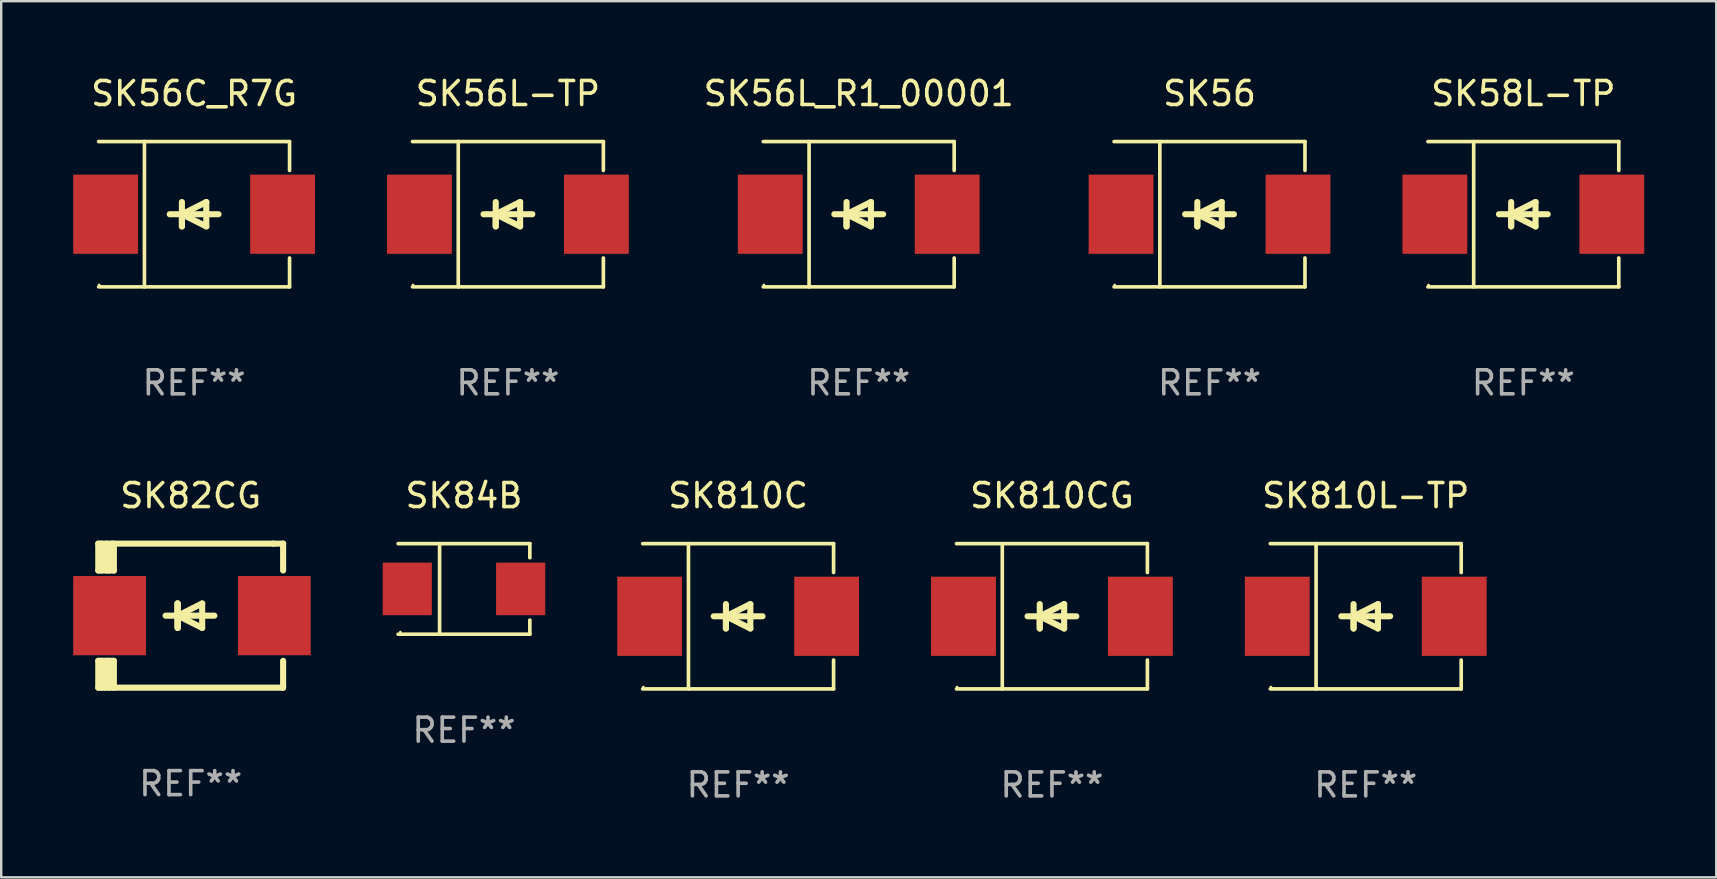
<source format=kicad_pcb>
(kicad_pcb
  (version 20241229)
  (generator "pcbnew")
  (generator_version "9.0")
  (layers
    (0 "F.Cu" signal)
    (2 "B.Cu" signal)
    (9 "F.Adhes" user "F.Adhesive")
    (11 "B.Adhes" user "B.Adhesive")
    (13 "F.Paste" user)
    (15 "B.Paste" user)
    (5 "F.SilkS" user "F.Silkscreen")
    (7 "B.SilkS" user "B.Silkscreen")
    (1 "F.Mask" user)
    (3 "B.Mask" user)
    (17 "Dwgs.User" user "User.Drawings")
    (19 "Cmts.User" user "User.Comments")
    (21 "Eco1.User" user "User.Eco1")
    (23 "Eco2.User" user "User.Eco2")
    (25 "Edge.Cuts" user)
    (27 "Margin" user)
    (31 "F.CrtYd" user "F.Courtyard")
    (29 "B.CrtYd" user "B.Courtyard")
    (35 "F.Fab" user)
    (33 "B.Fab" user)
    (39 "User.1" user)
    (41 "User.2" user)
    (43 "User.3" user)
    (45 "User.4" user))
  (footprint "SK56L-TP"
    (layer "F.Cu")
    (at 18.109 5.874)
    (property "Reference" "SK56L-TP" (at 0 -5.026 0) (layer "F.SilkS") (effects (font (size 1 1) (thickness 0.15))))
    (attr through_hole)
    (fp_line (start -3.976 -3.026) (end 3.976 -3.026) (stroke (width 0.152) (type solid)) (layer "F.SilkS"))
    (fp_line (start -3.976 3.026) (end 3.976 3.026) (stroke (width 0.152) (type solid)) (layer "F.SilkS"))
    (fp_line (start -2.069 -3.026) (end -2.069 3.026) (stroke (width 0.152) (type solid)) (layer "F.SilkS"))
    (fp_line (start -0.508 0) (end -0.508 0.508) (stroke (width 0.254) (type solid)) (layer "F.SilkS"))
    (fp_line (start -0.508 0) (end 0.508 0.508) (stroke (width 0.254) (type solid)) (layer "F.SilkS"))
    (fp_line (start -0.508 0.508) (end -0.508 -0.508) (stroke (width 0.254) (type solid)) (layer "F.SilkS"))
    (fp_line (start 0.508 -0.508) (end -0.508 0) (stroke (width 0.254) (type solid)) (layer "F.SilkS"))
    (fp_line (start 0.508 0.508) (end 0.508 -0.508) (stroke (width 0.254) (type solid)) (layer "F.SilkS"))
    (fp_line (start 1.016 0) (end -1.016 0) (stroke (width 0.254) (type solid)) (layer "F.SilkS"))
    (fp_line (start 3.976 -3.026) (end 3.976 -1.823) (stroke (width 0.152) (type solid)) (layer "F.SilkS"))
    (fp_line (start 3.976 3.026) (end 3.976 1.823) (stroke (width 0.152) (type solid)) (layer "F.SilkS"))
    (fp_circle (center -3.95 2.95) (end -3.92 2.95) (stroke (width 0.06) (type solid)) (fill no) (layer "F.SilkS"))
    (fp_text user "REF**" (at 0 7.026 0) (layer "F.Fab") (effects (font (size 1 1) (thickness 0.15))))
    (pad "1" smd rect (at -3.686 0) (size 2.7 3.3) (layers "F.Cu" "F.Mask" "F.Paste"))
    (pad "2" smd rect (at 3.686 0) (size 2.7 3.3) (layers "F.Cu" "F.Mask" "F.Paste")))
  (footprint "SK56C_R7G"
    (layer "F.Cu")
    (at 5.036 5.874)
    (property "Reference" "SK56C_R7G" (at 0 -5.026 0) (layer "F.SilkS") (effects (font (size 1 1) (thickness 0.15))))
    (attr through_hole)
    (fp_line (start -3.976 -3.026) (end 3.976 -3.026) (stroke (width 0.152) (type solid)) (layer "F.SilkS"))
    (fp_line (start -3.976 3.026) (end 3.976 3.026) (stroke (width 0.152) (type solid)) (layer "F.SilkS"))
    (fp_line (start -2.069 -3.026) (end -2.069 3.026) (stroke (width 0.152) (type solid)) (layer "F.SilkS"))
    (fp_line (start -0.508 0) (end -0.508 0.508) (stroke (width 0.254) (type solid)) (layer "F.SilkS"))
    (fp_line (start -0.508 0) (end 0.508 0.508) (stroke (width 0.254) (type solid)) (layer "F.SilkS"))
    (fp_line (start -0.508 0.508) (end -0.508 -0.508) (stroke (width 0.254) (type solid)) (layer "F.SilkS"))
    (fp_line (start 0.508 -0.508) (end -0.508 0) (stroke (width 0.254) (type solid)) (layer "F.SilkS"))
    (fp_line (start 0.508 0.508) (end 0.508 -0.508) (stroke (width 0.254) (type solid)) (layer "F.SilkS"))
    (fp_line (start 1.016 0) (end -1.016 0) (stroke (width 0.254) (type solid)) (layer "F.SilkS"))
    (fp_line (start 3.976 -3.026) (end 3.976 -1.823) (stroke (width 0.152) (type solid)) (layer "F.SilkS"))
    (fp_line (start 3.976 3.026) (end 3.976 1.823) (stroke (width 0.152) (type solid)) (layer "F.SilkS"))
    (fp_circle (center -3.95 2.95) (end -3.92 2.95) (stroke (width 0.06) (type solid)) (fill no) (layer "F.SilkS"))
    (fp_text user "REF**" (at 0 7.026 0) (layer "F.Fab") (effects (font (size 1 1) (thickness 0.15))))
    (pad "1" smd rect (at -3.686 0) (size 2.7 3.3) (layers "F.Cu" "F.Mask" "F.Paste"))
    (pad "2" smd rect (at 3.686 0) (size 2.7 3.3) (layers "F.Cu" "F.Mask" "F.Paste")))
  (footprint "SK810C"
    (layer "F.Cu")
    (at 27.699 22.623)
    (property "Reference" "SK810C" (at 0 -5.026 0) (layer "F.SilkS") (effects (font (size 1 1) (thickness 0.15))))
    (attr through_hole)
    (fp_line (start -3.976 -3.026) (end 3.976 -3.026) (stroke (width 0.152) (type solid)) (layer "F.SilkS"))
    (fp_line (start -3.976 3.026) (end 3.976 3.026) (stroke (width 0.152) (type solid)) (layer "F.SilkS"))
    (fp_line (start -2.069 -3.026) (end -2.069 3.026) (stroke (width 0.152) (type solid)) (layer "F.SilkS"))
    (fp_line (start -0.508 0) (end -0.508 0.508) (stroke (width 0.254) (type solid)) (layer "F.SilkS"))
    (fp_line (start -0.508 0) (end 0.508 0.508) (stroke (width 0.254) (type solid)) (layer "F.SilkS"))
    (fp_line (start -0.508 0.508) (end -0.508 -0.508) (stroke (width 0.254) (type solid)) (layer "F.SilkS"))
    (fp_line (start 0.508 -0.508) (end -0.508 0) (stroke (width 0.254) (type solid)) (layer "F.SilkS"))
    (fp_line (start 0.508 0.508) (end 0.508 -0.508) (stroke (width 0.254) (type solid)) (layer "F.SilkS"))
    (fp_line (start 1.016 0) (end -1.016 0) (stroke (width 0.254) (type solid)) (layer "F.SilkS"))
    (fp_line (start 3.976 -3.026) (end 3.976 -1.823) (stroke (width 0.152) (type solid)) (layer "F.SilkS"))
    (fp_line (start 3.976 3.026) (end 3.976 1.823) (stroke (width 0.152) (type solid)) (layer "F.SilkS"))
    (fp_circle (center -3.95 2.95) (end -3.92 2.95) (stroke (width 0.06) (type solid)) (fill no) (layer "F.SilkS"))
    (fp_text user "REF**" (at 0 7.026 0) (layer "F.Fab") (effects (font (size 1 1) (thickness 0.15))))
    (pad "1" smd rect (at -3.686 0) (size 2.7 3.3) (layers "F.Cu" "F.Mask" "F.Paste"))
    (pad "2" smd rect (at 3.686 0) (size 2.7 3.3) (layers "F.Cu" "F.Mask" "F.Paste")))
  (footprint "SK810L-TP"
    (layer "F.Cu")
    (at 53.844 22.623)
    (property "Reference" "SK810L-TP" (at 0 -5.026 0) (layer "F.SilkS") (effects (font (size 1 1) (thickness 0.15))))
    (attr through_hole)
    (fp_line (start -3.976 -3.026) (end 3.976 -3.026) (stroke (width 0.152) (type solid)) (layer "F.SilkS"))
    (fp_line (start -3.976 3.026) (end 3.976 3.026) (stroke (width 0.152) (type solid)) (layer "F.SilkS"))
    (fp_line (start -2.069 -3.026) (end -2.069 3.026) (stroke (width 0.152) (type solid)) (layer "F.SilkS"))
    (fp_line (start -0.508 0) (end -0.508 0.508) (stroke (width 0.254) (type solid)) (layer "F.SilkS"))
    (fp_line (start -0.508 0) (end 0.508 0.508) (stroke (width 0.254) (type solid)) (layer "F.SilkS"))
    (fp_line (start -0.508 0.508) (end -0.508 -0.508) (stroke (width 0.254) (type solid)) (layer "F.SilkS"))
    (fp_line (start 0.508 -0.508) (end -0.508 0) (stroke (width 0.254) (type solid)) (layer "F.SilkS"))
    (fp_line (start 0.508 0.508) (end 0.508 -0.508) (stroke (width 0.254) (type solid)) (layer "F.SilkS"))
    (fp_line (start 1.016 0) (end -1.016 0) (stroke (width 0.254) (type solid)) (layer "F.SilkS"))
    (fp_line (start 3.976 -3.026) (end 3.976 -1.823) (stroke (width 0.152) (type solid)) (layer "F.SilkS"))
    (fp_line (start 3.976 3.026) (end 3.976 1.823) (stroke (width 0.152) (type solid)) (layer "F.SilkS"))
    (fp_circle (center -3.95 2.95) (end -3.92 2.95) (stroke (width 0.06) (type solid)) (fill no) (layer "F.SilkS"))
    (fp_text user "REF**" (at 0 7.026 0) (layer "F.Fab") (effects (font (size 1 1) (thickness 0.15))))
    (pad "1" smd rect (at -3.686 0) (size 2.7 3.3) (layers "F.Cu" "F.Mask" "F.Paste"))
    (pad "2" smd rect (at 3.686 0) (size 2.7 3.3) (layers "F.Cu" "F.Mask" "F.Paste")))
  (footprint "SK58L-TP"
    (layer "F.Cu")
    (at 60.409 5.874)
    (property "Reference" "SK58L-TP" (at 0 -5.026 0) (layer "F.SilkS") (effects (font (size 1 1) (thickness 0.15))))
    (attr through_hole)
    (fp_line (start -3.976 -3.026) (end 3.976 -3.026) (stroke (width 0.152) (type solid)) (layer "F.SilkS"))
    (fp_line (start -3.976 3.026) (end 3.976 3.026) (stroke (width 0.152) (type solid)) (layer "F.SilkS"))
    (fp_line (start -2.069 -3.026) (end -2.069 3.026) (stroke (width 0.152) (type solid)) (layer "F.SilkS"))
    (fp_line (start -0.508 0) (end -0.508 0.508) (stroke (width 0.254) (type solid)) (layer "F.SilkS"))
    (fp_line (start -0.508 0) (end 0.508 0.508) (stroke (width 0.254) (type solid)) (layer "F.SilkS"))
    (fp_line (start -0.508 0.508) (end -0.508 -0.508) (stroke (width 0.254) (type solid)) (layer "F.SilkS"))
    (fp_line (start 0.508 -0.508) (end -0.508 0) (stroke (width 0.254) (type solid)) (layer "F.SilkS"))
    (fp_line (start 0.508 0.508) (end 0.508 -0.508) (stroke (width 0.254) (type solid)) (layer "F.SilkS"))
    (fp_line (start 1.016 0) (end -1.016 0) (stroke (width 0.254) (type solid)) (layer "F.SilkS"))
    (fp_line (start 3.976 -3.026) (end 3.976 -1.823) (stroke (width 0.152) (type solid)) (layer "F.SilkS"))
    (fp_line (start 3.976 3.026) (end 3.976 1.823) (stroke (width 0.152) (type solid)) (layer "F.SilkS"))
    (fp_circle (center -3.95 2.95) (end -3.92 2.95) (stroke (width 0.06) (type solid)) (fill no) (layer "F.SilkS"))
    (fp_text user "REF**" (at 0 7.026 0) (layer "F.Fab") (effects (font (size 1 1) (thickness 0.15))))
    (pad "1" smd rect (at -3.686 0) (size 2.7 3.3) (layers "F.Cu" "F.Mask" "F.Paste"))
    (pad "2" smd rect (at 3.686 0) (size 2.7 3.3) (layers "F.Cu" "F.Mask" "F.Paste")))
  (footprint "SK56L_R1_00001"
    (layer "F.Cu")
    (at 32.723 5.874)
    (property "Reference" "SK56L_R1_00001" (at 0 -5.026 0) (layer "F.SilkS") (effects (font (size 1 1) (thickness 0.15))))
    (attr through_hole)
    (fp_line (start -3.976 -3.026) (end 3.976 -3.026) (stroke (width 0.152) (type solid)) (layer "F.SilkS"))
    (fp_line (start -3.976 3.026) (end 3.976 3.026) (stroke (width 0.152) (type solid)) (layer "F.SilkS"))
    (fp_line (start -2.069 -3.026) (end -2.069 3.026) (stroke (width 0.152) (type solid)) (layer "F.SilkS"))
    (fp_line (start -0.508 0) (end -0.508 0.508) (stroke (width 0.254) (type solid)) (layer "F.SilkS"))
    (fp_line (start -0.508 0) (end 0.508 0.508) (stroke (width 0.254) (type solid)) (layer "F.SilkS"))
    (fp_line (start -0.508 0.508) (end -0.508 -0.508) (stroke (width 0.254) (type solid)) (layer "F.SilkS"))
    (fp_line (start 0.508 -0.508) (end -0.508 0) (stroke (width 0.254) (type solid)) (layer "F.SilkS"))
    (fp_line (start 0.508 0.508) (end 0.508 -0.508) (stroke (width 0.254) (type solid)) (layer "F.SilkS"))
    (fp_line (start 1.016 0) (end -1.016 0) (stroke (width 0.254) (type solid)) (layer "F.SilkS"))
    (fp_line (start 3.976 -3.026) (end 3.976 -1.823) (stroke (width 0.152) (type solid)) (layer "F.SilkS"))
    (fp_line (start 3.976 3.026) (end 3.976 1.823) (stroke (width 0.152) (type solid)) (layer "F.SilkS"))
    (fp_circle (center -3.95 2.95) (end -3.92 2.95) (stroke (width 0.06) (type solid)) (fill no) (layer "F.SilkS"))
    (fp_text user "REF**" (at 0 7.026 0) (layer "F.Fab") (effects (font (size 1 1) (thickness 0.15))))
    (pad "1" smd rect (at -3.686 0) (size 2.7 3.3) (layers "F.Cu" "F.Mask" "F.Paste"))
    (pad "2" smd rect (at 3.686 0) (size 2.7 3.3) (layers "F.Cu" "F.Mask" "F.Paste")))
  (footprint "SK810CG"
    (layer "F.Cu")
    (at 40.772 22.623)
    (property "Reference" "SK810CG" (at 0 -5.026 0) (layer "F.SilkS") (effects (font (size 1 1) (thickness 0.15))))
    (attr through_hole)
    (fp_line (start -3.976 -3.026) (end 3.976 -3.026) (stroke (width 0.152) (type solid)) (layer "F.SilkS"))
    (fp_line (start -3.976 3.026) (end 3.976 3.026) (stroke (width 0.152) (type solid)) (layer "F.SilkS"))
    (fp_line (start -2.069 -3.026) (end -2.069 3.026) (stroke (width 0.152) (type solid)) (layer "F.SilkS"))
    (fp_line (start -0.508 0) (end -0.508 0.508) (stroke (width 0.254) (type solid)) (layer "F.SilkS"))
    (fp_line (start -0.508 0) (end 0.508 0.508) (stroke (width 0.254) (type solid)) (layer "F.SilkS"))
    (fp_line (start -0.508 0.508) (end -0.508 -0.508) (stroke (width 0.254) (type solid)) (layer "F.SilkS"))
    (fp_line (start 0.508 -0.508) (end -0.508 0) (stroke (width 0.254) (type solid)) (layer "F.SilkS"))
    (fp_line (start 0.508 0.508) (end 0.508 -0.508) (stroke (width 0.254) (type solid)) (layer "F.SilkS"))
    (fp_line (start 1.016 0) (end -1.016 0) (stroke (width 0.254) (type solid)) (layer "F.SilkS"))
    (fp_line (start 3.976 -3.026) (end 3.976 -1.823) (stroke (width 0.152) (type solid)) (layer "F.SilkS"))
    (fp_line (start 3.976 3.026) (end 3.976 1.823) (stroke (width 0.152) (type solid)) (layer "F.SilkS"))
    (fp_circle (center -3.95 2.95) (end -3.92 2.95) (stroke (width 0.06) (type solid)) (fill no) (layer "F.SilkS"))
    (fp_text user "REF**" (at 0 7.026 0) (layer "F.Fab") (effects (font (size 1 1) (thickness 0.15))))
    (pad "1" smd rect (at -3.686 0) (size 2.7 3.3) (layers "F.Cu" "F.Mask" "F.Paste"))
    (pad "2" smd rect (at 3.686 0) (size 2.7 3.3) (layers "F.Cu" "F.Mask" "F.Paste")))
  (footprint "SK56"
    (layer "F.Cu")
    (at 47.336 5.874)
    (property "Reference" "SK56" (at 0 -5.026 0) (layer "F.SilkS") (effects (font (size 1 1) (thickness 0.15))))
    (attr through_hole)
    (fp_line (start -3.976 -3.026) (end 3.976 -3.026) (stroke (width 0.152) (type solid)) (layer "F.SilkS"))
    (fp_line (start -3.976 3.026) (end 3.976 3.026) (stroke (width 0.152) (type solid)) (layer "F.SilkS"))
    (fp_line (start -2.069 -3.026) (end -2.069 3.026) (stroke (width 0.152) (type solid)) (layer "F.SilkS"))
    (fp_line (start -0.508 0) (end -0.508 0.508) (stroke (width 0.254) (type solid)) (layer "F.SilkS"))
    (fp_line (start -0.508 0) (end 0.508 0.508) (stroke (width 0.254) (type solid)) (layer "F.SilkS"))
    (fp_line (start -0.508 0.508) (end -0.508 -0.508) (stroke (width 0.254) (type solid)) (layer "F.SilkS"))
    (fp_line (start 0.508 -0.508) (end -0.508 0) (stroke (width 0.254) (type solid)) (layer "F.SilkS"))
    (fp_line (start 0.508 0.508) (end 0.508 -0.508) (stroke (width 0.254) (type solid)) (layer "F.SilkS"))
    (fp_line (start 1.016 0) (end -1.016 0) (stroke (width 0.254) (type solid)) (layer "F.SilkS"))
    (fp_line (start 3.976 -3.026) (end 3.976 -1.823) (stroke (width 0.152) (type solid)) (layer "F.SilkS"))
    (fp_line (start 3.976 3.026) (end 3.976 1.823) (stroke (width 0.152) (type solid)) (layer "F.SilkS"))
    (fp_circle (center -3.95 2.95) (end -3.92 2.95) (stroke (width 0.06) (type solid)) (fill no) (layer "F.SilkS"))
    (fp_text user "REF**" (at 0 7.026 0) (layer "F.Fab") (effects (font (size 1 1) (thickness 0.15))))
    (pad "1" smd rect (at -3.686 0) (size 2.7 3.3) (layers "F.Cu" "F.Mask" "F.Paste"))
    (pad "2" smd rect (at 3.686 0) (size 2.7 3.3) (layers "F.Cu" "F.Mask" "F.Paste")))
  (footprint "SK82CG"
    (layer "F.Cu")
    (at 4.894 22.597)
    (property "Reference" "SK82CG" (at 0 -5 0) (layer "F.SilkS") (effects (font (size 1 1) (thickness 0.15))))
    (attr through_hole)
    (fp_line (start -3.85 -1.881) (end -3.85 -3) (stroke (width 0.254) (type solid)) (layer "F.SilkS"))
    (fp_line (start -3.85 1.881) (end -3.2 1.881) (stroke (width 0.254) (type solid)) (layer "F.SilkS"))
    (fp_line (start -3.85 3) (end -3.85 1.881) (stroke (width 0.254) (type solid)) (layer "F.SilkS"))
    (fp_line (start -3.719 -1.881) (end -3.719 -3) (stroke (width 0.254) (type solid)) (layer "F.SilkS"))
    (fp_line (start -3.719 3) (end -3.719 1.881) (stroke (width 0.254) (type solid)) (layer "F.SilkS"))
    (fp_line (start -3.5 -3) (end -3.5 -1.881) (stroke (width 0.254) (type solid)) (layer "F.SilkS"))
    (fp_line (start -3.5 1.881) (end -3.5 2.944) (stroke (width 0.254) (type solid)) (layer "F.SilkS"))
    (fp_line (start -3.5 2.944) (end -3.556 3) (stroke (width 0.254) (type solid)) (layer "F.SilkS"))
    (fp_line (start -3.388 -2.906) (end -3.295 -3) (stroke (width 0.254) (type solid)) (layer "F.SilkS"))
    (fp_line (start -3.388 -1.881) (end -3.388 -2.906) (stroke (width 0.254) (type solid)) (layer "F.SilkS"))
    (fp_line (start -3.388 3) (end -3.388 1.881) (stroke (width 0.254) (type solid)) (layer "F.SilkS"))
    (fp_line (start -3.2 -3) (end -3.2 -1.881) (stroke (width 0.254) (type solid)) (layer "F.SilkS"))
    (fp_line (start -3.2 -1.881) (end -3.85 -1.881) (stroke (width 0.254) (type solid)) (layer "F.SilkS"))
    (fp_line (start -3.2 1.881) (end -3.2 3) (stroke (width 0.254) (type solid)) (layer "F.SilkS"))
    (fp_line (start -0.55 -0.508) (end -0.55 0.508) (stroke (width 0.254) (type solid)) (layer "F.SilkS"))
    (fp_line (start -0.55 0) (end -0.55 -0.508) (stroke (width 0.254) (type solid)) (layer "F.SilkS"))
    (fp_line (start -0.538 0) (end -0.538 0.508) (stroke (width 0.254) (type solid)) (layer "F.SilkS"))
    (fp_line (start -0.538 0) (end 0.478 0.508) (stroke (width 0.254) (type solid)) (layer "F.SilkS"))
    (fp_line (start -0.538 0.508) (end -0.538 -0.508) (stroke (width 0.254) (type solid)) (layer "F.SilkS"))
    (fp_line (start 0.478 -0.508) (end -0.538 0) (stroke (width 0.254) (type solid)) (layer "F.SilkS"))
    (fp_line (start 0.478 0.508) (end 0.478 -0.508) (stroke (width 0.254) (type solid)) (layer "F.SilkS"))
    (fp_line (start 0.986 0) (end -1.046 0) (stroke (width 0.254) (type solid)) (layer "F.SilkS"))
    (fp_line (start 3.45 -3) (end -3.85 -3) (stroke (width 0.254) (type solid)) (layer "F.SilkS"))
    (fp_line (start 3.45 -3) (end 3.85 -3) (stroke (width 0.254) (type solid)) (layer "F.SilkS"))
    (fp_line (start 3.85 -3) (end 3.85 -1.881) (stroke (width 0.254) (type solid)) (layer "F.SilkS"))
    (fp_line (start 3.85 1.881) (end 3.85 3) (stroke (width 0.254) (type solid)) (layer "F.SilkS"))
    (fp_line (start 3.85 3) (end -3.85 3) (stroke (width 0.254) (type solid)) (layer "F.SilkS"))
    (fp_circle (center -3.847 2.95) (end -3.817 2.95) (stroke (width 0.06) (type solid)) (fill no) (layer "F.SilkS"))
    (fp_text user "REF**" (at 0 7 0) (layer "F.Fab") (effects (font (size 1 1) (thickness 0.15))))
    (pad "1" smd rect (at -3.379 0) (size 3.03 3.3) (layers "F.Cu" "F.Mask" "F.Paste"))
    (pad "2" smd rect (at 3.485 0) (size 3.03 3.3) (layers "F.Cu" "F.Mask" "F.Paste")))
  (footprint "SK84B"
    (layer "F.Cu")
    (at 16.278 21.483)
    (property "Reference" "SK84B" (at 0 -3.886 0) (layer "F.SilkS") (effects (font (size 1 1) (thickness 0.15))))
    (attr through_hole)
    (fp_line (start -2.744 -1.886) (end 2.744 -1.886) (stroke (width 0.152) (type solid)) (layer "F.SilkS"))
    (fp_line (start -2.744 1.886) (end 2.744 1.886) (stroke (width 0.152) (type solid)) (layer "F.SilkS"))
    (fp_line (start -1.016 -1.886) (end -1.016 1.886) (stroke (width 0.152) (type solid)) (layer "F.SilkS"))
    (fp_line (start 2.744 -1.886) (end 2.744 -1.299) (stroke (width 0.152) (type solid)) (layer "F.SilkS"))
    (fp_line (start 2.744 1.886) (end 2.744 1.299) (stroke (width 0.152) (type solid)) (layer "F.SilkS"))
    (fp_circle (center -2.65 1.8) (end -2.62 1.8) (stroke (width 0.06) (type solid)) (fill no) (layer "F.SilkS"))
    (fp_text user "REF**" (at 0 5.886 0) (layer "F.Fab") (effects (font (size 1 1) (thickness 0.15))))
    (pad "1" smd rect (at -2.361 0) (size 2.047 2.192) (layers "F.Cu" "F.Mask" "F.Paste"))
    (pad "2" smd rect (at 2.361 0) (size 2.047 2.192) (layers "F.Cu" "F.Mask" "F.Paste")))
  (gr_rect
    (start -3 -3)
    (end 68.445 33.498)
    (stroke (width 0.1) (type default))
    (fill no)
    (layer "Edge.Cuts")))
</source>
